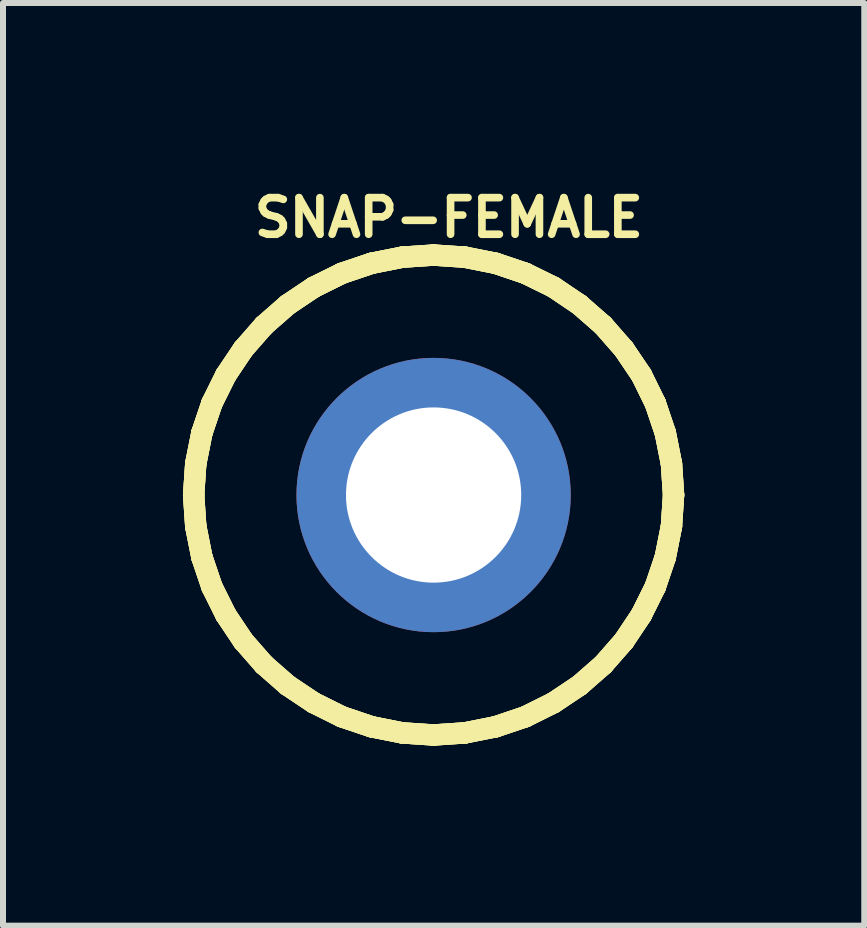
<source format=kicad_pcb>
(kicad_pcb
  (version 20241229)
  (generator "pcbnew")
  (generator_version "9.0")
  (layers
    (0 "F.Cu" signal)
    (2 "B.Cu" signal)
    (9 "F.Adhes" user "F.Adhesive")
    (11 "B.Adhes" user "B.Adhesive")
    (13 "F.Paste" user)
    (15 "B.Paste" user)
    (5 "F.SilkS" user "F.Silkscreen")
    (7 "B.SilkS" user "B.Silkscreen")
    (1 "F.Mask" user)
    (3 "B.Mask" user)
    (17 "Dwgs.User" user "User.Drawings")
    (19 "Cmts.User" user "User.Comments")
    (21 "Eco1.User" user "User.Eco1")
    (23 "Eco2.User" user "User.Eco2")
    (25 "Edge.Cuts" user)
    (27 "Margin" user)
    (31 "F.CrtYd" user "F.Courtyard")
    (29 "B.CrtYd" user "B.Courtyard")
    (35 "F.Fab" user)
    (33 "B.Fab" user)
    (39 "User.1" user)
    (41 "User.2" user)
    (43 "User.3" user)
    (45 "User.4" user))
  (footprint "SNAP-FEMALE"
    (layer "F.Cu")
    (at 4.178 5.202)
    (property "Reference" "SNAP-FEMALE" (at 0.254 -4.623 0) (layer "F.SilkS") (effects (font (size 0.61 0.61) (thickness 0.127))))
    (attr exclude_from_pos_files exclude_from_bom)
    (fp_line (start -4 0) (end -3.965 -0.521) (stroke (width 0.254) (type solid)) (layer "B.Cu"))
    (fp_line (start -3.965 -0.521) (end -3.863 -1.034) (stroke (width 0.254) (type solid)) (layer "B.Cu"))
    (fp_line (start -3.965 0.521) (end -4 0) (stroke (width 0.254) (type solid)) (layer "B.Cu"))
    (fp_line (start -3.863 -1.034) (end -3.696 -1.529) (stroke (width 0.254) (type solid)) (layer "B.Cu"))
    (fp_line (start -3.863 1.034) (end -3.965 0.521) (stroke (width 0.254) (type solid)) (layer "B.Cu"))
    (fp_line (start -3.696 -1.529) (end -3.462 -1.999) (stroke (width 0.254) (type solid)) (layer "B.Cu"))
    (fp_line (start -3.696 1.529) (end -3.863 1.034) (stroke (width 0.254) (type solid)) (layer "B.Cu"))
    (fp_line (start -3.462 -1.999) (end -3.172 -2.433) (stroke (width 0.254) (type solid)) (layer "B.Cu"))
    (fp_line (start -3.462 1.999) (end -3.696 1.529) (stroke (width 0.254) (type solid)) (layer "B.Cu"))
    (fp_line (start -3.172 -2.433) (end -2.827 -2.827) (stroke (width 0.254) (type solid)) (layer "B.Cu"))
    (fp_line (start -3.172 2.433) (end -3.462 1.999) (stroke (width 0.254) (type solid)) (layer "B.Cu"))
    (fp_line (start -2.827 -2.827) (end -2.433 -3.172) (stroke (width 0.254) (type solid)) (layer "B.Cu"))
    (fp_line (start -2.827 2.827) (end -3.172 2.433) (stroke (width 0.254) (type solid)) (layer "B.Cu"))
    (fp_line (start -2.433 -3.172) (end -1.999 -3.462) (stroke (width 0.254) (type solid)) (layer "B.Cu"))
    (fp_line (start -2.433 3.172) (end -2.827 2.827) (stroke (width 0.254) (type solid)) (layer "B.Cu"))
    (fp_line (start -1.999 -3.462) (end -1.529 -3.696) (stroke (width 0.254) (type solid)) (layer "B.Cu"))
    (fp_line (start -1.999 3.462) (end -2.433 3.172) (stroke (width 0.254) (type solid)) (layer "B.Cu"))
    (fp_line (start -1.529 -3.696) (end -1.034 -3.863) (stroke (width 0.254) (type solid)) (layer "B.Cu"))
    (fp_line (start -1.529 3.696) (end -1.999 3.462) (stroke (width 0.254) (type solid)) (layer "B.Cu"))
    (fp_line (start -1.034 -3.863) (end -0.521 -3.965) (stroke (width 0.254) (type solid)) (layer "B.Cu"))
    (fp_line (start -1.034 3.863) (end -1.529 3.696) (stroke (width 0.254) (type solid)) (layer "B.Cu"))
    (fp_line (start -0.521 -3.965) (end 0 -4) (stroke (width 0.254) (type solid)) (layer "B.Cu"))
    (fp_line (start -0.521 3.965) (end -1.034 3.863) (stroke (width 0.254) (type solid)) (layer "B.Cu"))
    (fp_line (start 0 -4) (end 0.521 -3.965) (stroke (width 0.254) (type solid)) (layer "B.Cu"))
    (fp_line (start 0 4) (end -0.521 3.965) (stroke (width 0.254) (type solid)) (layer "B.Cu"))
    (fp_line (start 0.521 -3.965) (end 1.034 -3.863) (stroke (width 0.254) (type solid)) (layer "B.Cu"))
    (fp_line (start 0.521 3.965) (end 0 4) (stroke (width 0.254) (type solid)) (layer "B.Cu"))
    (fp_line (start 1.034 -3.863) (end 1.529 -3.696) (stroke (width 0.254) (type solid)) (layer "B.Cu"))
    (fp_line (start 1.034 3.863) (end 0.521 3.965) (stroke (width 0.254) (type solid)) (layer "B.Cu"))
    (fp_line (start 1.529 -3.696) (end 1.999 -3.465) (stroke (width 0.254) (type solid)) (layer "B.Cu"))
    (fp_line (start 1.529 3.696) (end 1.034 3.863) (stroke (width 0.254) (type solid)) (layer "B.Cu"))
    (fp_line (start 1.999 -3.465) (end 2.433 -3.172) (stroke (width 0.254) (type solid)) (layer "B.Cu"))
    (fp_line (start 1.999 3.462) (end 1.529 3.696) (stroke (width 0.254) (type solid)) (layer "B.Cu"))
    (fp_line (start 2.433 -3.172) (end 2.827 -2.827) (stroke (width 0.254) (type solid)) (layer "B.Cu"))
    (fp_line (start 2.433 3.172) (end 1.999 3.462) (stroke (width 0.254) (type solid)) (layer "B.Cu"))
    (fp_line (start 2.827 -2.827) (end 3.172 -2.433) (stroke (width 0.254) (type solid)) (layer "B.Cu"))
    (fp_line (start 2.827 2.827) (end 2.433 3.172) (stroke (width 0.254) (type solid)) (layer "B.Cu"))
    (fp_line (start 3.172 -2.433) (end 3.465 -1.999) (stroke (width 0.254) (type solid)) (layer "B.Cu"))
    (fp_line (start 3.172 2.433) (end 2.827 2.827) (stroke (width 0.254) (type solid)) (layer "B.Cu"))
    (fp_line (start 3.462 1.999) (end 3.172 2.433) (stroke (width 0.254) (type solid)) (layer "B.Cu"))
    (fp_line (start 3.465 -1.999) (end 3.696 -1.529) (stroke (width 0.254) (type solid)) (layer "B.Cu"))
    (fp_line (start 3.696 -1.529) (end 3.863 -1.034) (stroke (width 0.254) (type solid)) (layer "B.Cu"))
    (fp_line (start 3.696 1.529) (end 3.462 1.999) (stroke (width 0.254) (type solid)) (layer "B.Cu"))
    (fp_line (start 3.863 -1.034) (end 3.965 -0.521) (stroke (width 0.254) (type solid)) (layer "B.Cu"))
    (fp_line (start 3.863 1.034) (end 3.696 1.529) (stroke (width 0.254) (type solid)) (layer "B.Cu"))
    (fp_line (start 3.965 -0.521) (end 4 0) (stroke (width 0.254) (type solid)) (layer "B.Cu"))
    (fp_line (start 3.965 0.521) (end 3.863 1.034) (stroke (width 0.254) (type solid)) (layer "B.Cu"))
    (fp_line (start 4 0) (end 3.965 0.521) (stroke (width 0.254) (type solid)) (layer "B.Cu"))
    (fp_line (start -4 0) (end -3.965 -0.521) (stroke (width 0.356) (type solid)) (layer "F.SilkS"))
    (fp_line (start -4 0) (end -3.965 -0.521) (stroke (width 0.356) (type solid)) (layer "F.SilkS"))
    (fp_line (start -4 0) (end -3.965 -0.521) (stroke (width 0.356) (type solid)) (layer "F.SilkS"))
    (fp_line (start -3.965 -0.521) (end -3.863 -1.034) (stroke (width 0.356) (type solid)) (layer "F.SilkS"))
    (fp_line (start -3.965 -0.521) (end -3.863 -1.034) (stroke (width 0.356) (type solid)) (layer "F.SilkS"))
    (fp_line (start -3.965 -0.521) (end -3.863 -1.034) (stroke (width 0.356) (type solid)) (layer "F.SilkS"))
    (fp_line (start -3.965 0.521) (end -4 0) (stroke (width 0.356) (type solid)) (layer "F.SilkS"))
    (fp_line (start -3.965 0.521) (end -4 0) (stroke (width 0.356) (type solid)) (layer "F.SilkS"))
    (fp_line (start -3.965 0.521) (end -4 0) (stroke (width 0.356) (type solid)) (layer "F.SilkS"))
    (fp_line (start -3.863 -1.034) (end -3.696 -1.529) (stroke (width 0.356) (type solid)) (layer "F.SilkS"))
    (fp_line (start -3.863 -1.034) (end -3.696 -1.529) (stroke (width 0.356) (type solid)) (layer "F.SilkS"))
    (fp_line (start -3.863 -1.034) (end -3.696 -1.529) (stroke (width 0.356) (type solid)) (layer "F.SilkS"))
    (fp_line (start -3.863 1.034) (end -3.965 0.521) (stroke (width 0.356) (type solid)) (layer "F.SilkS"))
    (fp_line (start -3.863 1.034) (end -3.965 0.521) (stroke (width 0.356) (type solid)) (layer "F.SilkS"))
    (fp_line (start -3.863 1.034) (end -3.965 0.521) (stroke (width 0.356) (type solid)) (layer "F.SilkS"))
    (fp_line (start -3.696 -1.529) (end -3.465 -1.999) (stroke (width 0.356) (type solid)) (layer "F.SilkS"))
    (fp_line (start -3.696 -1.529) (end -3.462 -1.999) (stroke (width 0.356) (type solid)) (layer "F.SilkS"))
    (fp_line (start -3.696 -1.529) (end -3.462 -1.999) (stroke (width 0.356) (type solid)) (layer "F.SilkS"))
    (fp_line (start -3.696 1.529) (end -3.863 1.034) (stroke (width 0.356) (type solid)) (layer "F.SilkS"))
    (fp_line (start -3.696 1.529) (end -3.863 1.034) (stroke (width 0.356) (type solid)) (layer "F.SilkS"))
    (fp_line (start -3.696 1.529) (end -3.863 1.034) (stroke (width 0.356) (type solid)) (layer "F.SilkS"))
    (fp_line (start -3.465 -1.999) (end -3.172 -2.433) (stroke (width 0.356) (type solid)) (layer "F.SilkS"))
    (fp_line (start -3.462 -1.999) (end -3.172 -2.433) (stroke (width 0.356) (type solid)) (layer "F.SilkS"))
    (fp_line (start -3.462 -1.999) (end -3.172 -2.433) (stroke (width 0.356) (type solid)) (layer "F.SilkS"))
    (fp_line (start -3.462 1.999) (end -3.696 1.529) (stroke (width 0.356) (type solid)) (layer "F.SilkS"))
    (fp_line (start -3.462 1.999) (end -3.696 1.529) (stroke (width 0.356) (type solid)) (layer "F.SilkS"))
    (fp_line (start -3.462 1.999) (end -3.696 1.529) (stroke (width 0.356) (type solid)) (layer "F.SilkS"))
    (fp_line (start -3.172 -2.433) (end -2.827 -2.827) (stroke (width 0.356) (type solid)) (layer "F.SilkS"))
    (fp_line (start -3.172 -2.433) (end -2.827 -2.827) (stroke (width 0.356) (type solid)) (layer "F.SilkS"))
    (fp_line (start -3.172 -2.433) (end -2.827 -2.827) (stroke (width 0.356) (type solid)) (layer "F.SilkS"))
    (fp_line (start -3.172 2.433) (end -3.462 1.999) (stroke (width 0.356) (type solid)) (layer "F.SilkS"))
    (fp_line (start -3.172 2.433) (end -3.462 1.999) (stroke (width 0.356) (type solid)) (layer "F.SilkS"))
    (fp_line (start -3.172 2.433) (end -3.462 1.999) (stroke (width 0.356) (type solid)) (layer "F.SilkS"))
    (fp_line (start -2.827 -2.827) (end -2.433 -3.172) (stroke (width 0.356) (type solid)) (layer "F.SilkS"))
    (fp_line (start -2.827 -2.827) (end -2.433 -3.172) (stroke (width 0.356) (type solid)) (layer "F.SilkS"))
    (fp_line (start -2.827 -2.827) (end -2.433 -3.172) (stroke (width 0.356) (type solid)) (layer "F.SilkS"))
    (fp_line (start -2.827 2.827) (end -3.172 2.433) (stroke (width 0.356) (type solid)) (layer "F.SilkS"))
    (fp_line (start -2.827 2.827) (end -3.172 2.433) (stroke (width 0.356) (type solid)) (layer "F.SilkS"))
    (fp_line (start -2.827 2.827) (end -3.172 2.433) (stroke (width 0.356) (type solid)) (layer "F.SilkS"))
    (fp_line (start -2.433 -3.172) (end -1.999 -3.465) (stroke (width 0.356) (type solid)) (layer "F.SilkS"))
    (fp_line (start -2.433 -3.172) (end -1.999 -3.462) (stroke (width 0.356) (type solid)) (layer "F.SilkS"))
    (fp_line (start -2.433 -3.172) (end -1.999 -3.462) (stroke (width 0.356) (type solid)) (layer "F.SilkS"))
    (fp_line (start -2.433 3.172) (end -2.827 2.827) (stroke (width 0.356) (type solid)) (layer "F.SilkS"))
    (fp_line (start -2.433 3.172) (end -2.827 2.827) (stroke (width 0.356) (type solid)) (layer "F.SilkS"))
    (fp_line (start -2.433 3.172) (end -2.827 2.827) (stroke (width 0.356) (type solid)) (layer "F.SilkS"))
    (fp_line (start -1.999 -3.465) (end -1.529 -3.696) (stroke (width 0.356) (type solid)) (layer "F.SilkS"))
    (fp_line (start -1.999 -3.462) (end -1.529 -3.696) (stroke (width 0.356) (type solid)) (layer "F.SilkS"))
    (fp_line (start -1.999 -3.462) (end -1.529 -3.696) (stroke (width 0.356) (type solid)) (layer "F.SilkS"))
    (fp_line (start -1.999 3.462) (end -2.433 3.172) (stroke (width 0.356) (type solid)) (layer "F.SilkS"))
    (fp_line (start -1.999 3.462) (end -2.433 3.172) (stroke (width 0.356) (type solid)) (layer "F.SilkS"))
    (fp_line (start -1.999 3.462) (end -2.433 3.172) (stroke (width 0.356) (type solid)) (layer "F.SilkS"))
    (fp_line (start -1.529 -3.696) (end -1.034 -3.863) (stroke (width 0.356) (type solid)) (layer "F.SilkS"))
    (fp_line (start -1.529 -3.696) (end -1.034 -3.863) (stroke (width 0.356) (type solid)) (layer "F.SilkS"))
    (fp_line (start -1.529 -3.696) (end -1.034 -3.863) (stroke (width 0.356) (type solid)) (layer "F.SilkS"))
    (fp_line (start -1.529 3.696) (end -1.999 3.462) (stroke (width 0.356) (type solid)) (layer "F.SilkS"))
    (fp_line (start -1.529 3.696) (end -1.999 3.462) (stroke (width 0.356) (type solid)) (layer "F.SilkS"))
    (fp_line (start -1.529 3.696) (end -1.999 3.462) (stroke (width 0.356) (type solid)) (layer "F.SilkS"))
    (fp_line (start -1.034 -3.863) (end -0.521 -3.965) (stroke (width 0.356) (type solid)) (layer "F.SilkS"))
    (fp_line (start -1.034 -3.863) (end -0.521 -3.965) (stroke (width 0.356) (type solid)) (layer "F.SilkS"))
    (fp_line (start -1.034 -3.863) (end -0.521 -3.965) (stroke (width 0.356) (type solid)) (layer "F.SilkS"))
    (fp_line (start -1.034 3.863) (end -1.529 3.696) (stroke (width 0.356) (type solid)) (layer "F.SilkS"))
    (fp_line (start -1.034 3.863) (end -1.529 3.696) (stroke (width 0.356) (type solid)) (layer "F.SilkS"))
    (fp_line (start -1.034 3.863) (end -1.529 3.696) (stroke (width 0.356) (type solid)) (layer "F.SilkS"))
    (fp_line (start -0.521 -3.965) (end 0 -4) (stroke (width 0.356) (type solid)) (layer "F.SilkS"))
    (fp_line (start -0.521 -3.965) (end 0 -4) (stroke (width 0.356) (type solid)) (layer "F.SilkS"))
    (fp_line (start -0.521 -3.965) (end 0 -4) (stroke (width 0.356) (type solid)) (layer "F.SilkS"))
    (fp_line (start -0.521 3.965) (end -1.034 3.863) (stroke (width 0.356) (type solid)) (layer "F.SilkS"))
    (fp_line (start -0.521 3.965) (end -1.034 3.863) (stroke (width 0.356) (type solid)) (layer "F.SilkS"))
    (fp_line (start -0.521 3.965) (end -1.034 3.863) (stroke (width 0.356) (type solid)) (layer "F.SilkS"))
    (fp_line (start 0 -4) (end 0.521 -3.965) (stroke (width 0.356) (type solid)) (layer "F.SilkS"))
    (fp_line (start 0 -4) (end 0.521 -3.965) (stroke (width 0.356) (type solid)) (layer "F.SilkS"))
    (fp_line (start 0 -4) (end 0.521 -3.965) (stroke (width 0.356) (type solid)) (layer "F.SilkS"))
    (fp_line (start 0 4) (end -0.521 3.965) (stroke (width 0.356) (type solid)) (layer "F.SilkS"))
    (fp_line (start 0 4) (end -0.521 3.965) (stroke (width 0.356) (type solid)) (layer "F.SilkS"))
    (fp_line (start 0 4) (end -0.521 3.965) (stroke (width 0.356) (type solid)) (layer "F.SilkS"))
    (fp_line (start 0.521 -3.965) (end 1.034 -3.863) (stroke (width 0.356) (type solid)) (layer "F.SilkS"))
    (fp_line (start 0.521 -3.965) (end 1.034 -3.863) (stroke (width 0.356) (type solid)) (layer "F.SilkS"))
    (fp_line (start 0.521 -3.965) (end 1.034 -3.863) (stroke (width 0.356) (type solid)) (layer "F.SilkS"))
    (fp_line (start 0.521 3.965) (end 0 4) (stroke (width 0.356) (type solid)) (layer "F.SilkS"))
    (fp_line (start 0.521 3.965) (end 0 4) (stroke (width 0.356) (type solid)) (layer "F.SilkS"))
    (fp_line (start 0.521 3.965) (end 0 4) (stroke (width 0.356) (type solid)) (layer "F.SilkS"))
    (fp_line (start 1.034 -3.863) (end 1.529 -3.696) (stroke (width 0.356) (type solid)) (layer "F.SilkS"))
    (fp_line (start 1.034 -3.863) (end 1.529 -3.696) (stroke (width 0.356) (type solid)) (layer "F.SilkS"))
    (fp_line (start 1.034 -3.863) (end 1.529 -3.696) (stroke (width 0.356) (type solid)) (layer "F.SilkS"))
    (fp_line (start 1.034 3.863) (end 0.521 3.965) (stroke (width 0.356) (type solid)) (layer "F.SilkS"))
    (fp_line (start 1.034 3.863) (end 0.521 3.965) (stroke (width 0.356) (type solid)) (layer "F.SilkS"))
    (fp_line (start 1.034 3.863) (end 0.521 3.965) (stroke (width 0.356) (type solid)) (layer "F.SilkS"))
    (fp_line (start 1.529 -3.696) (end 1.999 -3.465) (stroke (width 0.356) (type solid)) (layer "F.SilkS"))
    (fp_line (start 1.529 -3.696) (end 1.999 -3.465) (stroke (width 0.356) (type solid)) (layer "F.SilkS"))
    (fp_line (start 1.529 -3.696) (end 1.999 -3.465) (stroke (width 0.356) (type solid)) (layer "F.SilkS"))
    (fp_line (start 1.529 3.696) (end 1.034 3.863) (stroke (width 0.356) (type solid)) (layer "F.SilkS"))
    (fp_line (start 1.529 3.696) (end 1.034 3.863) (stroke (width 0.356) (type solid)) (layer "F.SilkS"))
    (fp_line (start 1.529 3.696) (end 1.034 3.863) (stroke (width 0.356) (type solid)) (layer "F.SilkS"))
    (fp_line (start 1.999 -3.465) (end 2.433 -3.172) (stroke (width 0.356) (type solid)) (layer "F.SilkS"))
    (fp_line (start 1.999 -3.465) (end 2.433 -3.172) (stroke (width 0.356) (type solid)) (layer "F.SilkS"))
    (fp_line (start 1.999 -3.465) (end 2.433 -3.172) (stroke (width 0.356) (type solid)) (layer "F.SilkS"))
    (fp_line (start 1.999 3.462) (end 1.529 3.696) (stroke (width 0.356) (type solid)) (layer "F.SilkS"))
    (fp_line (start 1.999 3.462) (end 1.529 3.696) (stroke (width 0.356) (type solid)) (layer "F.SilkS"))
    (fp_line (start 1.999 3.462) (end 1.529 3.696) (stroke (width 0.356) (type solid)) (layer "F.SilkS"))
    (fp_line (start 2.433 -3.172) (end 2.827 -2.827) (stroke (width 0.356) (type solid)) (layer "F.SilkS"))
    (fp_line (start 2.433 -3.172) (end 2.827 -2.827) (stroke (width 0.356) (type solid)) (layer "F.SilkS"))
    (fp_line (start 2.433 -3.172) (end 2.827 -2.827) (stroke (width 0.356) (type solid)) (layer "F.SilkS"))
    (fp_line (start 2.433 3.172) (end 1.999 3.462) (stroke (width 0.356) (type solid)) (layer "F.SilkS"))
    (fp_line (start 2.433 3.172) (end 1.999 3.462) (stroke (width 0.356) (type solid)) (layer "F.SilkS"))
    (fp_line (start 2.433 3.172) (end 1.999 3.462) (stroke (width 0.356) (type solid)) (layer "F.SilkS"))
    (fp_line (start 2.827 -2.827) (end 3.172 -2.433) (stroke (width 0.356) (type solid)) (layer "F.SilkS"))
    (fp_line (start 2.827 -2.827) (end 3.172 -2.433) (stroke (width 0.356) (type solid)) (layer "F.SilkS"))
    (fp_line (start 2.827 -2.827) (end 3.172 -2.433) (stroke (width 0.356) (type solid)) (layer "F.SilkS"))
    (fp_line (start 2.827 2.827) (end 2.433 3.172) (stroke (width 0.356) (type solid)) (layer "F.SilkS"))
    (fp_line (start 2.827 2.827) (end 2.433 3.172) (stroke (width 0.356) (type solid)) (layer "F.SilkS"))
    (fp_line (start 2.827 2.827) (end 2.433 3.172) (stroke (width 0.356) (type solid)) (layer "F.SilkS"))
    (fp_line (start 3.172 -2.433) (end 3.465 -1.999) (stroke (width 0.356) (type solid)) (layer "F.SilkS"))
    (fp_line (start 3.172 -2.433) (end 3.465 -1.999) (stroke (width 0.356) (type solid)) (layer "F.SilkS"))
    (fp_line (start 3.172 -2.433) (end 3.465 -1.999) (stroke (width 0.356) (type solid)) (layer "F.SilkS"))
    (fp_line (start 3.172 2.433) (end 2.827 2.827) (stroke (width 0.356) (type solid)) (layer "F.SilkS"))
    (fp_line (start 3.172 2.433) (end 2.827 2.827) (stroke (width 0.356) (type solid)) (layer "F.SilkS"))
    (fp_line (start 3.172 2.433) (end 2.827 2.827) (stroke (width 0.356) (type solid)) (layer "F.SilkS"))
    (fp_line (start 3.462 1.999) (end 3.172 2.433) (stroke (width 0.356) (type solid)) (layer "F.SilkS"))
    (fp_line (start 3.462 1.999) (end 3.172 2.433) (stroke (width 0.356) (type solid)) (layer "F.SilkS"))
    (fp_line (start 3.462 1.999) (end 3.172 2.433) (stroke (width 0.356) (type solid)) (layer "F.SilkS"))
    (fp_line (start 3.465 -1.999) (end 3.696 -1.529) (stroke (width 0.356) (type solid)) (layer "F.SilkS"))
    (fp_line (start 3.465 -1.999) (end 3.696 -1.529) (stroke (width 0.356) (type solid)) (layer "F.SilkS"))
    (fp_line (start 3.465 -1.999) (end 3.696 -1.529) (stroke (width 0.356) (type solid)) (layer "F.SilkS"))
    (fp_line (start 3.696 -1.529) (end 3.863 -1.034) (stroke (width 0.356) (type solid)) (layer "F.SilkS"))
    (fp_line (start 3.696 -1.529) (end 3.863 -1.034) (stroke (width 0.356) (type solid)) (layer "F.SilkS"))
    (fp_line (start 3.696 -1.529) (end 3.863 -1.034) (stroke (width 0.356) (type solid)) (layer "F.SilkS"))
    (fp_line (start 3.696 1.529) (end 3.462 1.999) (stroke (width 0.356) (type solid)) (layer "F.SilkS"))
    (fp_line (start 3.696 1.529) (end 3.462 1.999) (stroke (width 0.356) (type solid)) (layer "F.SilkS"))
    (fp_line (start 3.696 1.529) (end 3.462 1.999) (stroke (width 0.356) (type solid)) (layer "F.SilkS"))
    (fp_line (start 3.863 -1.034) (end 3.965 -0.521) (stroke (width 0.356) (type solid)) (layer "F.SilkS"))
    (fp_line (start 3.863 -1.034) (end 3.965 -0.521) (stroke (width 0.356) (type solid)) (layer "F.SilkS"))
    (fp_line (start 3.863 -1.034) (end 3.965 -0.521) (stroke (width 0.356) (type solid)) (layer "F.SilkS"))
    (fp_line (start 3.863 1.034) (end 3.696 1.529) (stroke (width 0.356) (type solid)) (layer "F.SilkS"))
    (fp_line (start 3.863 1.034) (end 3.696 1.529) (stroke (width 0.356) (type solid)) (layer "F.SilkS"))
    (fp_line (start 3.863 1.034) (end 3.696 1.529) (stroke (width 0.356) (type solid)) (layer "F.SilkS"))
    (fp_line (start 3.965 -0.521) (end 4 0) (stroke (width 0.356) (type solid)) (layer "F.SilkS"))
    (fp_line (start 3.965 -0.521) (end 4 0) (stroke (width 0.356) (type solid)) (layer "F.SilkS"))
    (fp_line (start 3.965 -0.521) (end 4 0) (stroke (width 0.356) (type solid)) (layer "F.SilkS"))
    (fp_line (start 3.965 0.521) (end 3.863 1.034) (stroke (width 0.356) (type solid)) (layer "F.SilkS"))
    (fp_line (start 3.965 0.521) (end 3.863 1.034) (stroke (width 0.356) (type solid)) (layer "F.SilkS"))
    (fp_line (start 3.965 0.521) (end 3.863 1.034) (stroke (width 0.356) (type solid)) (layer "F.SilkS"))
    (fp_line (start 4 0) (end 3.965 0.521) (stroke (width 0.356) (type solid)) (layer "F.SilkS"))
    (fp_line (start 4 0) (end 3.965 0.521) (stroke (width 0.356) (type solid)) (layer "F.SilkS"))
    (fp_line (start 4 0) (end 3.965 0.521) (stroke (width 0.356) (type solid)) (layer "F.SilkS"))
    (pad "1" thru_hole circle (at 0 0) (size 4.572 4.572) (drill 2.921) (layers "*.Cu" "*.Paste" "*.Mask")))
  (gr_rect
    (start -3 -3)
    (end 11.357 12.381)
    (stroke (width 0.1) (type default))
    (fill no)
    (layer "Edge.Cuts")))
</source>
